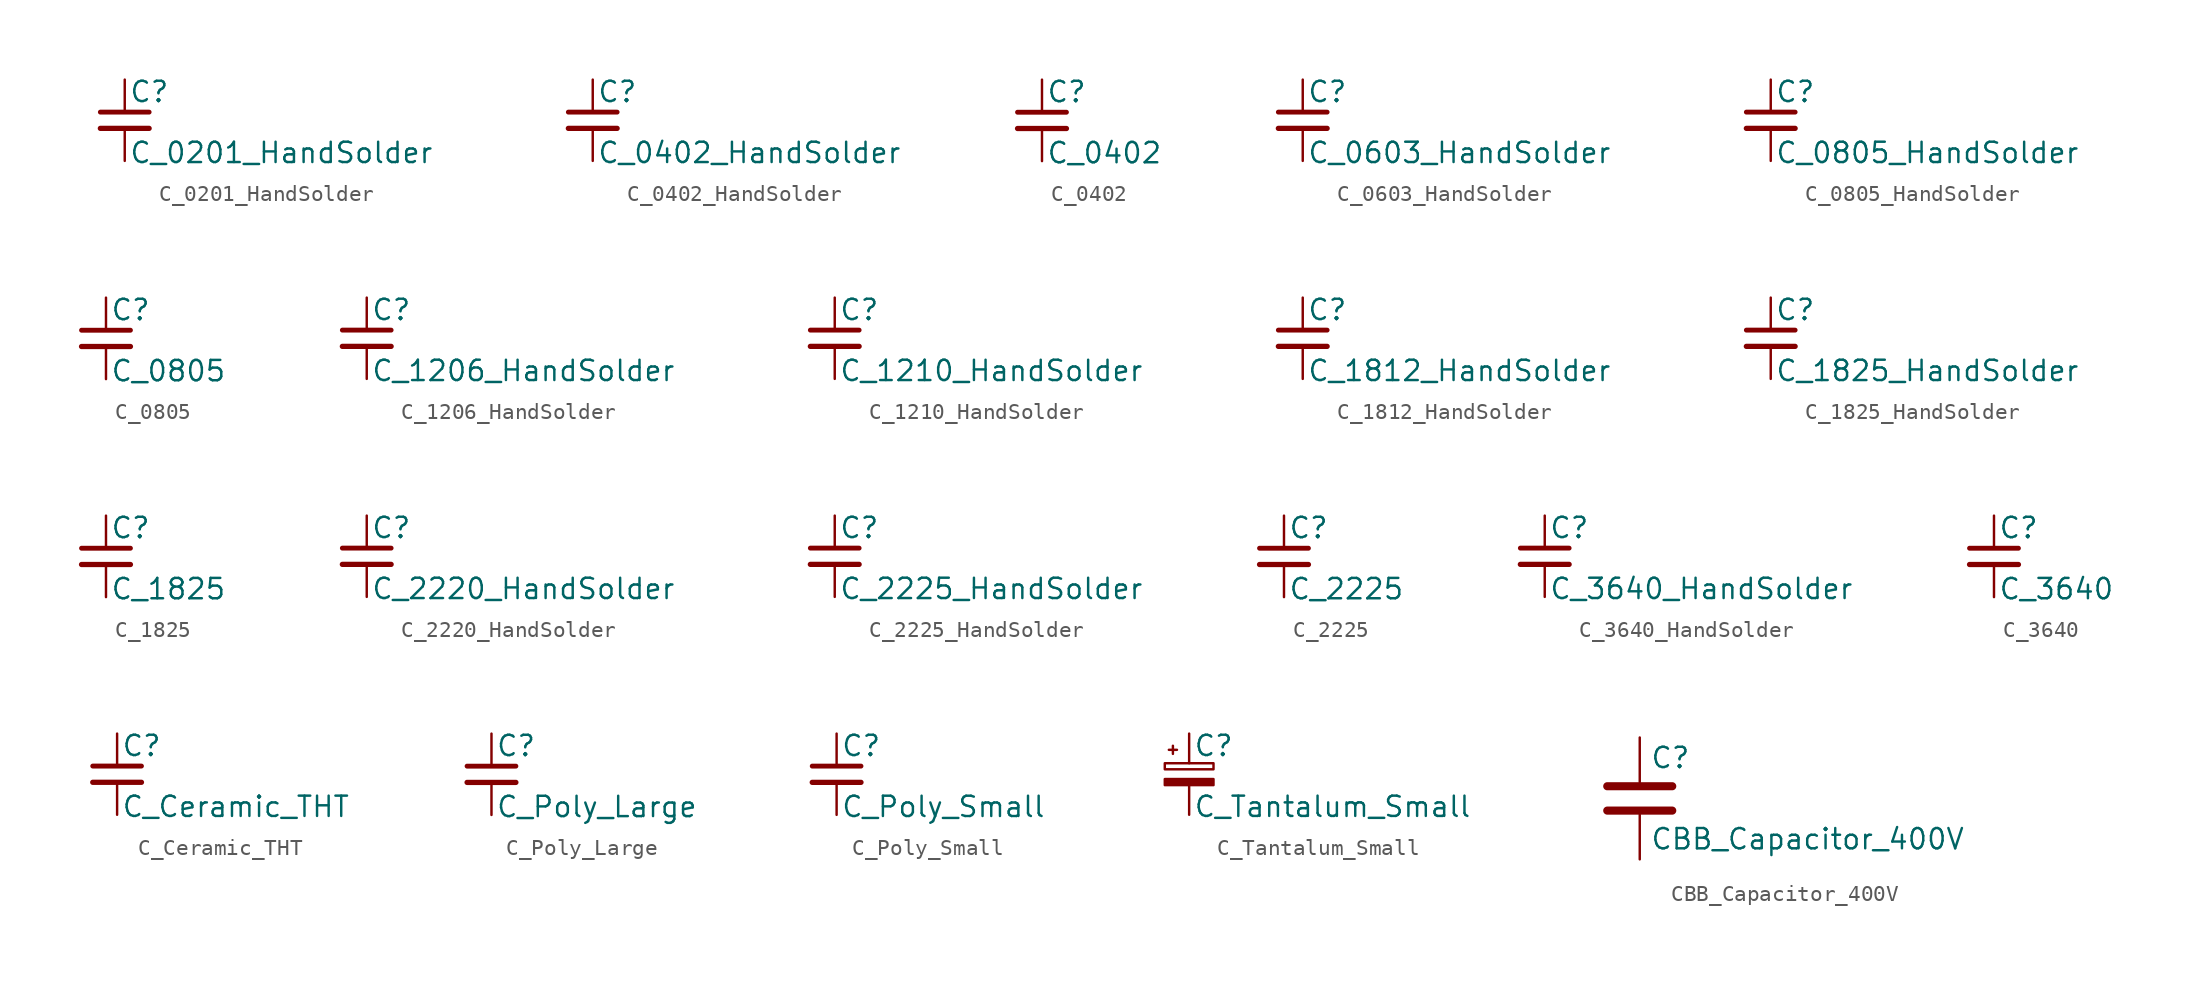
<source format=kicad_sym>
(kicad_symbol_lib
  (version 20211014)
  (generator kicad_symbol_editor)
  (symbol "C_0201_HandSolder"
    (pin_numbers hide)
    (pin_names
      (offset 0.254) hide)
    (property "Reference" "C"
      (at 0.254 1.778 0)
      (effects (font (size 1.27 1.27)) (justify left)))
    (property "Value" "C_0201_HandSolder"
      (at 0.254 -2.032 0)
      (effects (font (size 1.27 1.27)) (justify left)))
    (symbol "C_0201_HandSolder_0_1"
      (polyline (pts (xy -1.524 -0.508) (xy 1.524 -0.508)) (stroke (width 0.33) (type default) (color 0 0 0 0)) (fill (type none)))
      (polyline (pts (xy -1.524 0.508) (xy 1.524 0.508)) (stroke (width 0.305) (type default) (color 0 0 0 0)) (fill (type none))))
    (symbol "C_0201_HandSolder_1_1"
      (pin passive line (at 0 2.54 270) (length 2.032) (name "~" (effects (font (size 1.27 1.27)))) (number "1" (effects (font (size 1.27 1.27)))))
      (pin passive line (at 0 -2.54 90) (length 2.032) (name "~" (effects (font (size 1.27 1.27)))) (number "2" (effects (font (size 1.27 1.27)))))))
  (symbol "C_0402_HandSolder"
    (pin_numbers hide)
    (pin_names
      (offset 0.254) hide)
    (property "Reference" "C"
      (at 0.254 1.778 0)
      (effects (font (size 1.27 1.27)) (justify left)))
    (property "Value" "C_0402_HandSolder"
      (at 0.254 -2.032 0)
      (effects (font (size 1.27 1.27)) (justify left)))
    (symbol "C_0402_HandSolder_0_1"
      (polyline (pts (xy -1.524 -0.508) (xy 1.524 -0.508)) (stroke (width 0.33) (type default) (color 0 0 0 0)) (fill (type none)))
      (polyline (pts (xy -1.524 0.508) (xy 1.524 0.508)) (stroke (width 0.305) (type default) (color 0 0 0 0)) (fill (type none))))
    (symbol "C_0402_HandSolder_1_1"
      (pin passive line (at 0 2.54 270) (length 2.032) (name "~" (effects (font (size 1.27 1.27)))) (number "1" (effects (font (size 1.27 1.27)))))
      (pin passive line (at 0 -2.54 90) (length 2.032) (name "~" (effects (font (size 1.27 1.27)))) (number "2" (effects (font (size 1.27 1.27)))))))
  (symbol "C_0402"
    (pin_numbers hide)
    (pin_names
      (offset 0.254) hide)
    (property "Reference" "C"
      (at 0.254 1.778 0)
      (effects (font (size 1.27 1.27)) (justify left)))
    (property "Value" "C_0402"
      (at 0.254 -2.032 0)
      (effects (font (size 1.27 1.27)) (justify left)))
    (symbol "C_0402_0_1"
      (polyline (pts (xy -1.524 -0.508) (xy 1.524 -0.508)) (stroke (width 0.33) (type default) (color 0 0 0 0)) (fill (type none)))
      (polyline (pts (xy -1.524 0.508) (xy 1.524 0.508)) (stroke (width 0.305) (type default) (color 0 0 0 0)) (fill (type none))))
    (symbol "C_0402_1_1"
      (pin passive line (at 0 2.54 270) (length 2.032) (name "~" (effects (font (size 1.27 1.27)))) (number "1" (effects (font (size 1.27 1.27)))))
      (pin passive line (at 0 -2.54 90) (length 2.032) (name "~" (effects (font (size 1.27 1.27)))) (number "2" (effects (font (size 1.27 1.27)))))))
  (symbol "C_0603_HandSolder"
    (pin_numbers hide)
    (pin_names
      (offset 0.254) hide)
    (property "Reference" "C"
      (at 0.254 1.778 0)
      (effects (font (size 1.27 1.27)) (justify left)))
    (property "Value" "C_0603_HandSolder"
      (at 0.254 -2.032 0)
      (effects (font (size 1.27 1.27)) (justify left)))
    (symbol "C_0603_HandSolder_0_1"
      (polyline (pts (xy -1.524 -0.508) (xy 1.524 -0.508)) (stroke (width 0.33) (type default) (color 0 0 0 0)) (fill (type none)))
      (polyline (pts (xy -1.524 0.508) (xy 1.524 0.508)) (stroke (width 0.305) (type default) (color 0 0 0 0)) (fill (type none))))
    (symbol "C_0603_HandSolder_1_1"
      (pin passive line (at 0 2.54 270) (length 2.032) (name "~" (effects (font (size 1.27 1.27)))) (number "1" (effects (font (size 1.27 1.27)))))
      (pin passive line (at 0 -2.54 90) (length 2.032) (name "~" (effects (font (size 1.27 1.27)))) (number "2" (effects (font (size 1.27 1.27)))))))
  (symbol "C_0805_HandSolder"
    (pin_numbers hide)
    (pin_names
      (offset 0.254) hide)
    (property "Reference" "C"
      (at 0.254 1.778 0)
      (effects (font (size 1.27 1.27)) (justify left)))
    (property "Value" "C_0805_HandSolder"
      (at 0.254 -2.032 0)
      (effects (font (size 1.27 1.27)) (justify left)))
    (symbol "C_0805_HandSolder_0_1"
      (polyline (pts (xy -1.524 -0.508) (xy 1.524 -0.508)) (stroke (width 0.33) (type default) (color 0 0 0 0)) (fill (type none)))
      (polyline (pts (xy -1.524 0.508) (xy 1.524 0.508)) (stroke (width 0.305) (type default) (color 0 0 0 0)) (fill (type none))))
    (symbol "C_0805_HandSolder_1_1"
      (pin passive line (at 0 2.54 270) (length 2.032) (name "~" (effects (font (size 1.27 1.27)))) (number "1" (effects (font (size 1.27 1.27)))))
      (pin passive line (at 0 -2.54 90) (length 2.032) (name "~" (effects (font (size 1.27 1.27)))) (number "2" (effects (font (size 1.27 1.27)))))))
  (symbol "C_0805"
    (pin_numbers hide)
    (pin_names
      (offset 0.254) hide)
    (property "Reference" "C"
      (at 0.254 1.778 0)
      (effects (font (size 1.27 1.27)) (justify left)))
    (property "Value" "C_0805"
      (at 0.254 -2.032 0)
      (effects (font (size 1.27 1.27)) (justify left)))
    (symbol "C_0805_0_1"
      (polyline (pts (xy -1.524 -0.508) (xy 1.524 -0.508)) (stroke (width 0.33) (type default) (color 0 0 0 0)) (fill (type none)))
      (polyline (pts (xy -1.524 0.508) (xy 1.524 0.508)) (stroke (width 0.305) (type default) (color 0 0 0 0)) (fill (type none))))
    (symbol "C_0805_1_1"
      (pin passive line (at 0 2.54 270) (length 2.032) (name "~" (effects (font (size 1.27 1.27)))) (number "1" (effects (font (size 1.27 1.27)))))
      (pin passive line (at 0 -2.54 90) (length 2.032) (name "~" (effects (font (size 1.27 1.27)))) (number "2" (effects (font (size 1.27 1.27)))))))
  (symbol "C_1206_HandSolder"
    (pin_numbers hide)
    (pin_names
      (offset 0.254) hide)
    (property "Reference" "C"
      (at 0.254 1.778 0)
      (effects (font (size 1.27 1.27)) (justify left)))
    (property "Value" "C_1206_HandSolder"
      (at 0.254 -2.032 0)
      (effects (font (size 1.27 1.27)) (justify left)))
    (symbol "C_1206_HandSolder_0_1"
      (polyline (pts (xy -1.524 -0.508) (xy 1.524 -0.508)) (stroke (width 0.33) (type default) (color 0 0 0 0)) (fill (type none)))
      (polyline (pts (xy -1.524 0.508) (xy 1.524 0.508)) (stroke (width 0.305) (type default) (color 0 0 0 0)) (fill (type none))))
    (symbol "C_1206_HandSolder_1_1"
      (pin passive line (at 0 2.54 270) (length 2.032) (name "~" (effects (font (size 1.27 1.27)))) (number "1" (effects (font (size 1.27 1.27)))))
      (pin passive line (at 0 -2.54 90) (length 2.032) (name "~" (effects (font (size 1.27 1.27)))) (number "2" (effects (font (size 1.27 1.27)))))))
  (symbol "C_1210_HandSolder"
    (pin_numbers hide)
    (pin_names
      (offset 0.254) hide)
    (property "Reference" "C"
      (at 0.254 1.778 0)
      (effects (font (size 1.27 1.27)) (justify left)))
    (property "Value" "C_1210_HandSolder"
      (at 0.254 -2.032 0)
      (effects (font (size 1.27 1.27)) (justify left)))
    (symbol "C_1210_HandSolder_0_1"
      (polyline (pts (xy -1.524 -0.508) (xy 1.524 -0.508)) (stroke (width 0.33) (type default) (color 0 0 0 0)) (fill (type none)))
      (polyline (pts (xy -1.524 0.508) (xy 1.524 0.508)) (stroke (width 0.305) (type default) (color 0 0 0 0)) (fill (type none))))
    (symbol "C_1210_HandSolder_1_1"
      (pin passive line (at 0 2.54 270) (length 2.032) (name "~" (effects (font (size 1.27 1.27)))) (number "1" (effects (font (size 1.27 1.27)))))
      (pin passive line (at 0 -2.54 90) (length 2.032) (name "~" (effects (font (size 1.27 1.27)))) (number "2" (effects (font (size 1.27 1.27)))))))
  (symbol "C_1812_HandSolder"
    (pin_numbers hide)
    (pin_names
      (offset 0.254) hide)
    (property "Reference" "C"
      (at 0.254 1.778 0)
      (effects (font (size 1.27 1.27)) (justify left)))
    (property "Value" "C_1812_HandSolder"
      (at 0.254 -2.032 0)
      (effects (font (size 1.27 1.27)) (justify left)))
    (symbol "C_1812_HandSolder_0_1"
      (polyline (pts (xy -1.524 -0.508) (xy 1.524 -0.508)) (stroke (width 0.33) (type default) (color 0 0 0 0)) (fill (type none)))
      (polyline (pts (xy -1.524 0.508) (xy 1.524 0.508)) (stroke (width 0.305) (type default) (color 0 0 0 0)) (fill (type none))))
    (symbol "C_1812_HandSolder_1_1"
      (pin passive line (at 0 2.54 270) (length 2.032) (name "~" (effects (font (size 1.27 1.27)))) (number "1" (effects (font (size 1.27 1.27)))))
      (pin passive line (at 0 -2.54 90) (length 2.032) (name "~" (effects (font (size 1.27 1.27)))) (number "2" (effects (font (size 1.27 1.27)))))))
  (symbol "C_1825_HandSolder"
    (pin_numbers hide)
    (pin_names
      (offset 0.254) hide)
    (property "Reference" "C"
      (at 0.254 1.778 0)
      (effects (font (size 1.27 1.27)) (justify left)))
    (property "Value" "C_1825_HandSolder"
      (at 0.254 -2.032 0)
      (effects (font (size 1.27 1.27)) (justify left)))
    (symbol "C_1825_HandSolder_0_1"
      (polyline (pts (xy -1.524 -0.508) (xy 1.524 -0.508)) (stroke (width 0.33) (type default) (color 0 0 0 0)) (fill (type none)))
      (polyline (pts (xy -1.524 0.508) (xy 1.524 0.508)) (stroke (width 0.305) (type default) (color 0 0 0 0)) (fill (type none))))
    (symbol "C_1825_HandSolder_1_1"
      (pin passive line (at 0 2.54 270) (length 2.032) (name "~" (effects (font (size 1.27 1.27)))) (number "1" (effects (font (size 1.27 1.27)))))
      (pin passive line (at 0 -2.54 90) (length 2.032) (name "~" (effects (font (size 1.27 1.27)))) (number "2" (effects (font (size 1.27 1.27)))))))
  (symbol "C_1825"
    (pin_numbers hide)
    (pin_names
      (offset 0.254) hide)
    (property "Reference" "C"
      (at 0.254 1.778 0)
      (effects (font (size 1.27 1.27)) (justify left)))
    (property "Value" "C_1825"
      (at 0.254 -2.032 0)
      (effects (font (size 1.27 1.27)) (justify left)))
    (symbol "C_1825_0_1"
      (polyline (pts (xy -1.524 -0.508) (xy 1.524 -0.508)) (stroke (width 0.33) (type default) (color 0 0 0 0)) (fill (type none)))
      (polyline (pts (xy -1.524 0.508) (xy 1.524 0.508)) (stroke (width 0.305) (type default) (color 0 0 0 0)) (fill (type none))))
    (symbol "C_1825_1_1"
      (pin passive line (at 0 2.54 270) (length 2.032) (name "~" (effects (font (size 1.27 1.27)))) (number "1" (effects (font (size 1.27 1.27)))))
      (pin passive line (at 0 -2.54 90) (length 2.032) (name "~" (effects (font (size 1.27 1.27)))) (number "2" (effects (font (size 1.27 1.27)))))))
  (symbol "C_2220_HandSolder"
    (pin_numbers hide)
    (pin_names
      (offset 0.254) hide)
    (property "Reference" "C"
      (at 0.254 1.778 0)
      (effects (font (size 1.27 1.27)) (justify left)))
    (property "Value" "C_2220_HandSolder"
      (at 0.254 -2.032 0)
      (effects (font (size 1.27 1.27)) (justify left)))
    (symbol "C_2220_HandSolder_0_1"
      (polyline (pts (xy -1.524 -0.508) (xy 1.524 -0.508)) (stroke (width 0.33) (type default) (color 0 0 0 0)) (fill (type none)))
      (polyline (pts (xy -1.524 0.508) (xy 1.524 0.508)) (stroke (width 0.305) (type default) (color 0 0 0 0)) (fill (type none))))
    (symbol "C_2220_HandSolder_1_1"
      (pin passive line (at 0 2.54 270) (length 2.032) (name "~" (effects (font (size 1.27 1.27)))) (number "1" (effects (font (size 1.27 1.27)))))
      (pin passive line (at 0 -2.54 90) (length 2.032) (name "~" (effects (font (size 1.27 1.27)))) (number "2" (effects (font (size 1.27 1.27)))))))
  (symbol "C_2225_HandSolder"
    (pin_numbers hide)
    (pin_names
      (offset 0.254) hide)
    (property "Reference" "C"
      (at 0.254 1.778 0)
      (effects (font (size 1.27 1.27)) (justify left)))
    (property "Value" "C_2225_HandSolder"
      (at 0.254 -2.032 0)
      (effects (font (size 1.27 1.27)) (justify left)))
    (symbol "C_2225_HandSolder_0_1"
      (polyline (pts (xy -1.524 -0.508) (xy 1.524 -0.508)) (stroke (width 0.33) (type default) (color 0 0 0 0)) (fill (type none)))
      (polyline (pts (xy -1.524 0.508) (xy 1.524 0.508)) (stroke (width 0.305) (type default) (color 0 0 0 0)) (fill (type none))))
    (symbol "C_2225_HandSolder_1_1"
      (pin passive line (at 0 2.54 270) (length 2.032) (name "~" (effects (font (size 1.27 1.27)))) (number "1" (effects (font (size 1.27 1.27)))))
      (pin passive line (at 0 -2.54 90) (length 2.032) (name "~" (effects (font (size 1.27 1.27)))) (number "2" (effects (font (size 1.27 1.27)))))))
  (symbol "C_2225"
    (pin_numbers hide)
    (pin_names
      (offset 0.254) hide)
    (property "Reference" "C"
      (at 0.254 1.778 0)
      (effects (font (size 1.27 1.27)) (justify left)))
    (property "Value" "C_2225"
      (at 0.254 -2.032 0)
      (effects (font (size 1.27 1.27)) (justify left)))
    (symbol "C_2225_0_1"
      (polyline (pts (xy -1.524 -0.508) (xy 1.524 -0.508)) (stroke (width 0.33) (type default) (color 0 0 0 0)) (fill (type none)))
      (polyline (pts (xy -1.524 0.508) (xy 1.524 0.508)) (stroke (width 0.305) (type default) (color 0 0 0 0)) (fill (type none))))
    (symbol "C_2225_1_1"
      (pin passive line (at 0 2.54 270) (length 2.032) (name "~" (effects (font (size 1.27 1.27)))) (number "1" (effects (font (size 1.27 1.27)))))
      (pin passive line (at 0 -2.54 90) (length 2.032) (name "~" (effects (font (size 1.27 1.27)))) (number "2" (effects (font (size 1.27 1.27)))))))
  (symbol "C_3640_HandSolder"
    (pin_numbers hide)
    (pin_names
      (offset 0.254) hide)
    (property "Reference" "C"
      (at 0.254 1.778 0)
      (effects (font (size 1.27 1.27)) (justify left)))
    (property "Value" "C_3640_HandSolder"
      (at 0.254 -2.032 0)
      (effects (font (size 1.27 1.27)) (justify left)))
    (symbol "C_3640_HandSolder_0_1"
      (polyline (pts (xy -1.524 -0.508) (xy 1.524 -0.508)) (stroke (width 0.33) (type default) (color 0 0 0 0)) (fill (type none)))
      (polyline (pts (xy -1.524 0.508) (xy 1.524 0.508)) (stroke (width 0.305) (type default) (color 0 0 0 0)) (fill (type none))))
    (symbol "C_3640_HandSolder_1_1"
      (pin passive line (at 0 2.54 270) (length 2.032) (name "~" (effects (font (size 1.27 1.27)))) (number "1" (effects (font (size 1.27 1.27)))))
      (pin passive line (at 0 -2.54 90) (length 2.032) (name "~" (effects (font (size 1.27 1.27)))) (number "2" (effects (font (size 1.27 1.27)))))))
  (symbol "C_3640"
    (pin_numbers hide)
    (pin_names
      (offset 0.254) hide)
    (property "Reference" "C"
      (at 0.254 1.778 0)
      (effects (font (size 1.27 1.27)) (justify left)))
    (property "Value" "C_3640"
      (at 0.254 -2.032 0)
      (effects (font (size 1.27 1.27)) (justify left)))
    (symbol "C_3640_0_1"
      (polyline (pts (xy -1.524 -0.508) (xy 1.524 -0.508)) (stroke (width 0.33) (type default) (color 0 0 0 0)) (fill (type none)))
      (polyline (pts (xy -1.524 0.508) (xy 1.524 0.508)) (stroke (width 0.305) (type default) (color 0 0 0 0)) (fill (type none))))
    (symbol "C_3640_1_1"
      (pin passive line (at 0 2.54 270) (length 2.032) (name "~" (effects (font (size 1.27 1.27)))) (number "1" (effects (font (size 1.27 1.27)))))
      (pin passive line (at 0 -2.54 90) (length 2.032) (name "~" (effects (font (size 1.27 1.27)))) (number "2" (effects (font (size 1.27 1.27)))))))
  (symbol "C_Ceramic_THT"
    (pin_numbers hide)
    (pin_names
      (offset 0.254) hide)
    (property "Reference" "C"
      (at 0.254 1.778 0)
      (effects (font (size 1.27 1.27)) (justify left)))
    (property "Value" "C_Ceramic_THT"
      (at 0.254 -2.032 0)
      (effects (font (size 1.27 1.27)) (justify left)))
    (symbol "C_Ceramic_THT_0_1"
      (polyline (pts (xy -1.524 -0.508) (xy 1.524 -0.508)) (stroke (width 0.33) (type default) (color 0 0 0 0)) (fill (type none)))
      (polyline (pts (xy -1.524 0.508) (xy 1.524 0.508)) (stroke (width 0.305) (type default) (color 0 0 0 0)) (fill (type none))))
    (symbol "C_Ceramic_THT_1_1"
      (pin passive line (at 0 2.54 270) (length 2.032) (name "~" (effects (font (size 1.27 1.27)))) (number "1" (effects (font (size 1.27 1.27)))))
      (pin passive line (at 0 -2.54 90) (length 2.032) (name "~" (effects (font (size 1.27 1.27)))) (number "2" (effects (font (size 1.27 1.27)))))))
  (symbol "C_Poly_Large"
    (pin_numbers hide)
    (pin_names
      (offset 0.254) hide)
    (property "Reference" "C"
      (at 0.254 1.778 0)
      (effects (font (size 1.27 1.27)) (justify left)))
    (property "Value" "C_Poly_Large"
      (at 0.254 -2.032 0)
      (effects (font (size 1.27 1.27)) (justify left)))
    (symbol "C_Poly_Large_0_1"
      (polyline (pts (xy -1.524 -0.508) (xy 1.524 -0.508)) (stroke (width 0.33) (type default) (color 0 0 0 0)) (fill (type none)))
      (polyline (pts (xy -1.524 0.508) (xy 1.524 0.508)) (stroke (width 0.305) (type default) (color 0 0 0 0)) (fill (type none))))
    (symbol "C_Poly_Large_1_1"
      (pin passive line (at 0 2.54 270) (length 2.032) (name "~" (effects (font (size 1.27 1.27)))) (number "1" (effects (font (size 1.27 1.27)))))
      (pin passive line (at 0 -2.54 90) (length 2.032) (name "~" (effects (font (size 1.27 1.27)))) (number "2" (effects (font (size 1.27 1.27)))))))
  (symbol "C_Poly_Small"
    (pin_numbers hide)
    (pin_names
      (offset 0.254) hide)
    (property "Reference" "C"
      (at 0.254 1.778 0)
      (effects (font (size 1.27 1.27)) (justify left)))
    (property "Value" "C_Poly_Small"
      (at 0.254 -2.032 0)
      (effects (font (size 1.27 1.27)) (justify left)))
    (symbol "C_Poly_Small_0_1"
      (polyline (pts (xy -1.524 -0.508) (xy 1.524 -0.508)) (stroke (width 0.33) (type default) (color 0 0 0 0)) (fill (type none)))
      (polyline (pts (xy -1.524 0.508) (xy 1.524 0.508)) (stroke (width 0.305) (type default) (color 0 0 0 0)) (fill (type none))))
    (symbol "C_Poly_Small_1_1"
      (pin passive line (at 0 2.54 270) (length 2.032) (name "~" (effects (font (size 1.27 1.27)))) (number "1" (effects (font (size 1.27 1.27)))))
      (pin passive line (at 0 -2.54 90) (length 2.032) (name "~" (effects (font (size 1.27 1.27)))) (number "2" (effects (font (size 1.27 1.27)))))))
  (symbol "C_Tantalum_Small"
    (pin_numbers hide)
    (pin_names
      (offset 0.254) hide)
    (property "Reference" "C"
      (at 0.254 1.778 0)
      (effects (font (size 1.27 1.27)) (justify left)))
    (property "Value" "C_Tantalum_Small"
      (at 0.254 -2.032 0)
      (effects (font (size 1.27 1.27)) (justify left)))
    (symbol "C_Tantalum_Small_0_1"
      (rectangle (start -1.524 -0.305) (end 1.524 -0.686) (stroke (width 0) (type default) (color 0 0 0 0)) (fill (type outline)))
      (rectangle (start -1.524 0.686) (end 1.524 0.305) (stroke (width 0) (type default) (color 0 0 0 0)) (fill (type none)))
      (polyline (pts (xy -1.27 1.524) (xy -0.762 1.524)) (stroke (width 0) (type default) (color 0 0 0 0)) (fill (type none)))
      (polyline (pts (xy -1.016 1.27) (xy -1.016 1.778)) (stroke (width 0) (type default) (color 0 0 0 0)) (fill (type none))))
    (symbol "C_Tantalum_Small_1_1"
      (pin passive line (at 0 2.54 270) (length 1.854) (name "~" (effects (font (size 1.27 1.27)))) (number "1" (effects (font (size 1.27 1.27)))))
      (pin passive line (at 0 -2.54 90) (length 1.854) (name "~" (effects (font (size 1.27 1.27)))) (number "2" (effects (font (size 1.27 1.27)))))))
  (symbol "CBB_Capacitor_400V"
    (pin_numbers hide)
    (pin_names
      (offset 0.254))
    (property "Reference" "C"
      (at 0.635 2.54 0)
      (effects (font (size 1.27 1.27)) (justify left)))
    (property "Value" "CBB_Capacitor_400V"
      (at 0.635 -2.54 0)
      (effects (font (size 1.27 1.27)) (justify left)))
    (symbol "CBB_Capacitor_400V_0_1"
      (polyline (pts (xy -2.032 -0.762) (xy 2.032 -0.762)) (stroke (width 0.508) (type default) (color 0 0 0 0)) (fill (type none)))
      (polyline (pts (xy -2.032 0.762) (xy 2.032 0.762)) (stroke (width 0.508) (type default) (color 0 0 0 0)) (fill (type none))))
    (symbol "CBB_Capacitor_400V_1_1"
      (pin passive line (at 0 3.81 270) (length 2.794) (name "~" (effects (font (size 1.27 1.27)))) (number "1" (effects (font (size 1.27 1.27)))))
      (pin passive line (at 0 -3.81 90) (length 2.794) (name "~" (effects (font (size 1.27 1.27)))) (number "2" (effects (font (size 1.27 1.27))))))))
</source>
